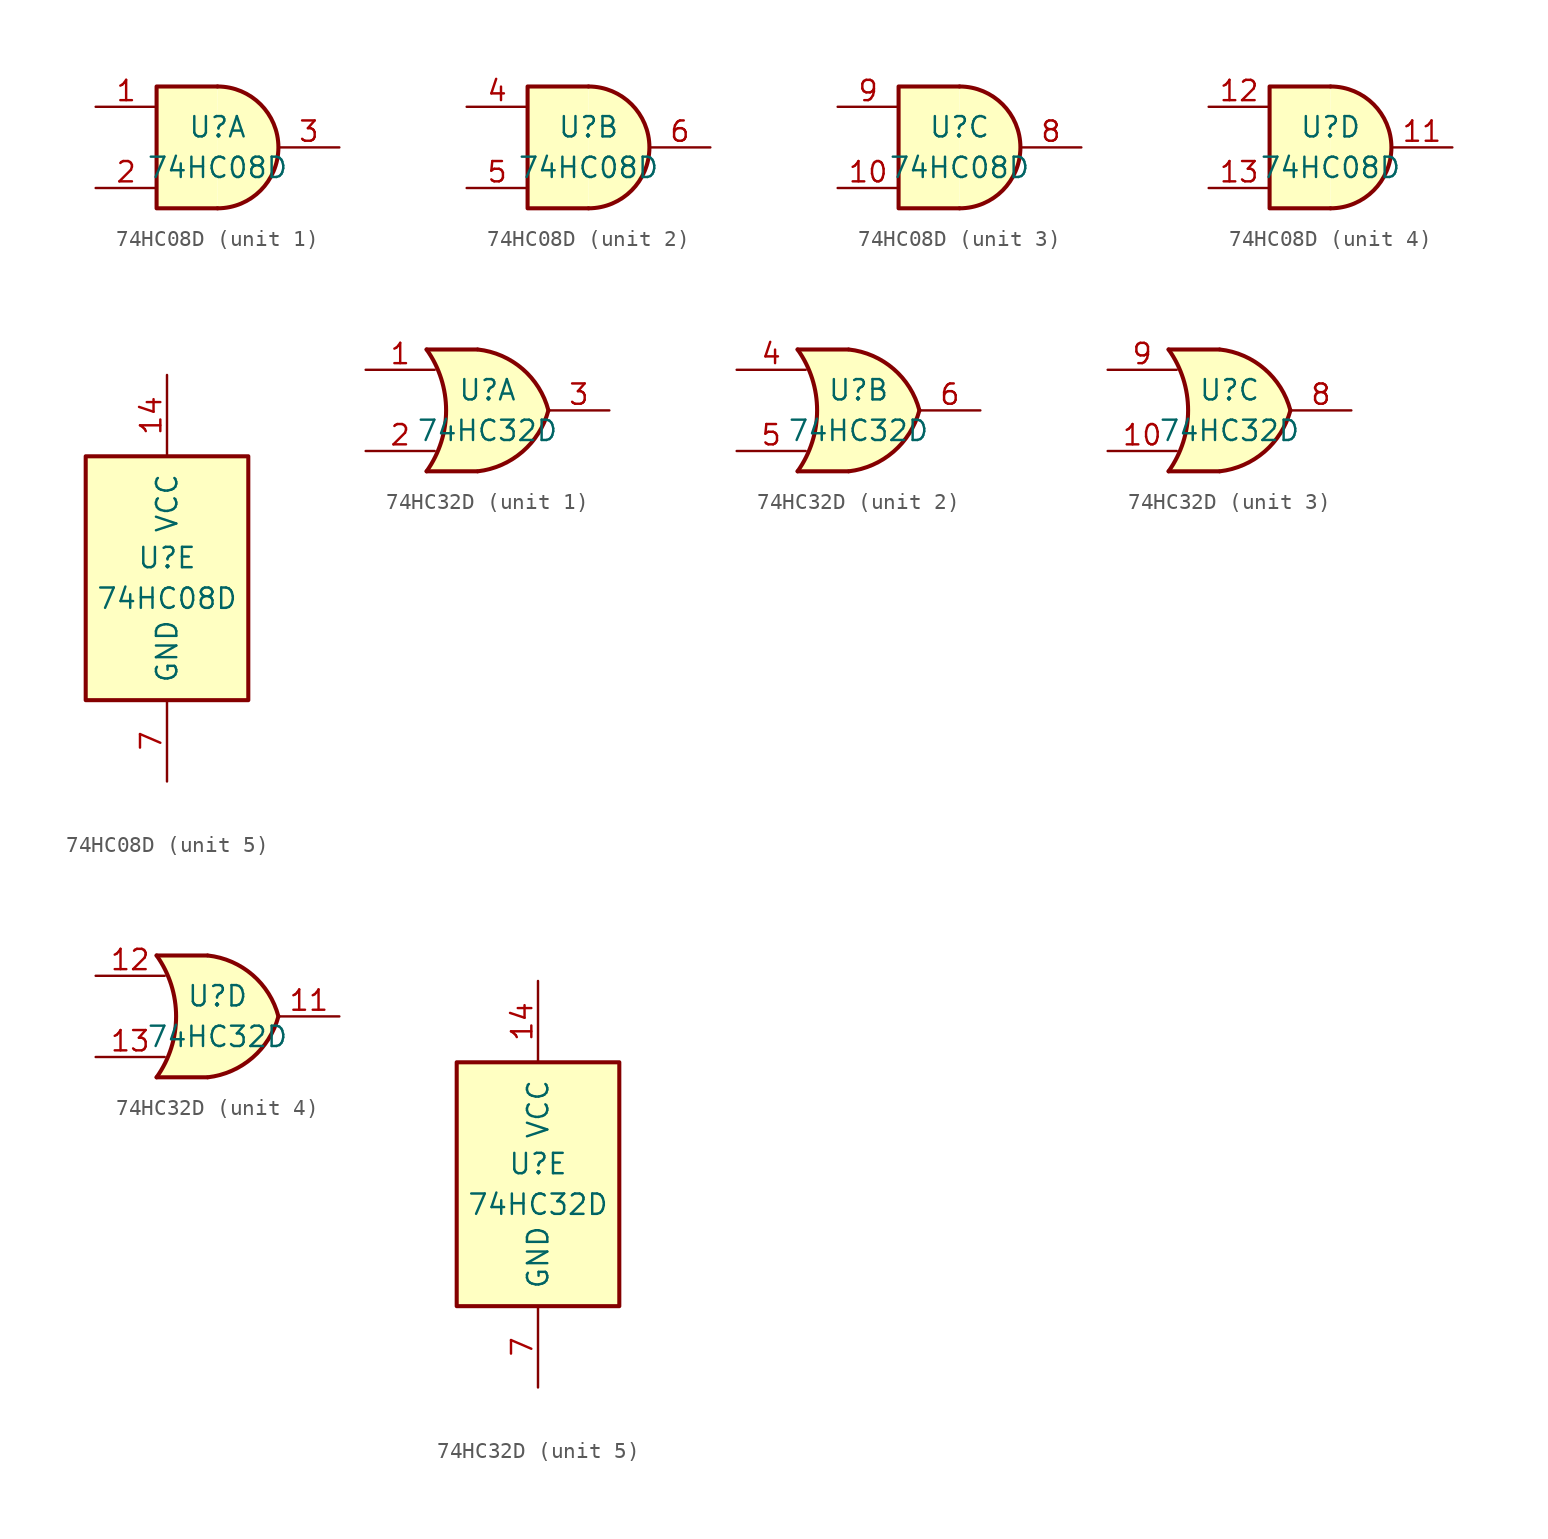
<source format=kicad_sym>
(kicad_symbol_lib
  (version 20211014)
  (generator kicad_symbol_editor)
  (symbol "74HC08D"
    (pin_names
      (offset 1.016))
    (property "Reference" "U"
      (at 0 1.27 0)
      (effects (font (size 1.27 1.27))))
    (property "Value" "74HC08D"
      (at 0 -1.27 0)
      (effects (font (size 1.27 1.27))))
    (property "ki_locked" ""
      (at 0 0 0)
      (effects (font (size 1.27 1.27))))
    (symbol "74HC08D_1_1"
      (arc (start 0 -3.81) (mid 3.81 0) (end 0 3.81) (stroke (width 0.254) (type default) (color 0 0 0 0)) (fill (type background)))
      (polyline (pts (xy 0 3.81) (xy -3.81 3.81) (xy -3.81 -3.81) (xy 0 -3.81)) (stroke (width 0.254) (type default) (color 0 0 0 0)) (fill (type background)))
      (pin input line (at -7.62 2.54 0) (length 3.81) (name "~" (effects (font (size 1.27 1.27)))) (number "1" (effects (font (size 1.27 1.27)))))
      (pin input line (at -7.62 -2.54 0) (length 3.81) (name "~" (effects (font (size 1.27 1.27)))) (number "2" (effects (font (size 1.27 1.27)))))
      (pin output line (at 7.62 0 180) (length 3.81) (name "~" (effects (font (size 1.27 1.27)))) (number "3" (effects (font (size 1.27 1.27))))))
    (symbol "74HC08D_2_1"
      (arc (start 0 -3.81) (mid 3.81 0) (end 0 3.81) (stroke (width 0.254) (type default) (color 0 0 0 0)) (fill (type background)))
      (polyline (pts (xy 0 3.81) (xy -3.81 3.81) (xy -3.81 -3.81) (xy 0 -3.81)) (stroke (width 0.254) (type default) (color 0 0 0 0)) (fill (type background)))
      (pin input line (at -7.62 2.54 0) (length 3.81) (name "~" (effects (font (size 1.27 1.27)))) (number "4" (effects (font (size 1.27 1.27)))))
      (pin input line (at -7.62 -2.54 0) (length 3.81) (name "~" (effects (font (size 1.27 1.27)))) (number "5" (effects (font (size 1.27 1.27)))))
      (pin output line (at 7.62 0 180) (length 3.81) (name "~" (effects (font (size 1.27 1.27)))) (number "6" (effects (font (size 1.27 1.27))))))
    (symbol "74HC08D_3_1"
      (arc (start 0 -3.81) (mid 3.81 0) (end 0 3.81) (stroke (width 0.254) (type default) (color 0 0 0 0)) (fill (type background)))
      (polyline (pts (xy 0 3.81) (xy -3.81 3.81) (xy -3.81 -3.81) (xy 0 -3.81)) (stroke (width 0.254) (type default) (color 0 0 0 0)) (fill (type background)))
      (pin input line (at -7.62 -2.54 0) (length 3.81) (name "~" (effects (font (size 1.27 1.27)))) (number "10" (effects (font (size 1.27 1.27)))))
      (pin output line (at 7.62 0 180) (length 3.81) (name "~" (effects (font (size 1.27 1.27)))) (number "8" (effects (font (size 1.27 1.27)))))
      (pin input line (at -7.62 2.54 0) (length 3.81) (name "~" (effects (font (size 1.27 1.27)))) (number "9" (effects (font (size 1.27 1.27))))))
    (symbol "74HC08D_4_1"
      (arc (start 0 -3.81) (mid 3.81 0) (end 0 3.81) (stroke (width 0.254) (type default) (color 0 0 0 0)) (fill (type background)))
      (polyline (pts (xy 0 3.81) (xy -3.81 3.81) (xy -3.81 -3.81) (xy 0 -3.81)) (stroke (width 0.254) (type default) (color 0 0 0 0)) (fill (type background)))
      (pin output line (at 7.62 0 180) (length 3.81) (name "~" (effects (font (size 1.27 1.27)))) (number "11" (effects (font (size 1.27 1.27)))))
      (pin input line (at -7.62 2.54 0) (length 3.81) (name "~" (effects (font (size 1.27 1.27)))) (number "12" (effects (font (size 1.27 1.27)))))
      (pin input line (at -7.62 -2.54 0) (length 3.81) (name "~" (effects (font (size 1.27 1.27)))) (number "13" (effects (font (size 1.27 1.27))))))
    (symbol "74HC08D_5_0"
      (pin power_in line (at 0 12.7 270) (length 5.08) (name "VCC" (effects (font (size 1.27 1.27)))) (number "14" (effects (font (size 1.27 1.27)))))
      (pin power_in line (at 0 -12.7 90) (length 5.08) (name "GND" (effects (font (size 1.27 1.27)))) (number "7" (effects (font (size 1.27 1.27))))))
    (symbol "74HC08D_5_1"
      (rectangle (start -5.08 7.62) (end 5.08 -7.62) (stroke (width 0.254) (type default) (color 0 0 0 0)) (fill (type background)))))
  (symbol "74HC32D"
    (pin_names
      (offset 1.016))
    (property "Reference" "U"
      (at 0 1.27 0)
      (effects (font (size 1.27 1.27))))
    (property "Value" "74HC32D"
      (at 0 -1.27 0)
      (effects (font (size 1.27 1.27))))
    (property "ki_locked" ""
      (at 0 0 0)
      (effects (font (size 1.27 1.27))))
    (symbol "74HC32D_1_1"
      (arc (start -3.81 -3.81) (mid -2.589 0) (end -3.81 3.81) (stroke (width 0.254) (type default) (color 0 0 0 0)) (fill (type none)))
      (arc (start -0.6096 -3.81) (mid 2.1855 -2.584) (end 3.81 0) (stroke (width 0.254) (type default) (color 0 0 0 0)) (fill (type background)))
      (polyline (pts (xy -3.81 -3.81) (xy -0.635 -3.81)) (stroke (width 0.254) (type default) (color 0 0 0 0)) (fill (type background)))
      (polyline (pts (xy -3.81 3.81) (xy -0.635 3.81)) (stroke (width 0.254) (type default) (color 0 0 0 0)) (fill (type background)))
      (polyline (pts (xy -0.635 3.81) (xy -3.81 3.81) (xy -3.81 3.81) (xy -3.556 3.404) (xy -3.023 2.261) (xy -2.692 1.041) (xy -2.616 -0.254) (xy -2.769 -1.499) (xy -3.175 -2.718) (xy -3.81 -3.81) (xy -3.81 -3.81) (xy -0.635 -3.81)) (stroke (width -25.4) (type default) (color 0 0 0 0)) (fill (type background)))
      (arc (start 3.81 0) (mid 2.1928 2.5925) (end -0.6096 3.81) (stroke (width 0.254) (type default) (color 0 0 0 0)) (fill (type background)))
      (pin input line (at -7.62 2.54 0) (length 4.318) (name "~" (effects (font (size 1.27 1.27)))) (number "1" (effects (font (size 1.27 1.27)))))
      (pin input line (at -7.62 -2.54 0) (length 4.318) (name "~" (effects (font (size 1.27 1.27)))) (number "2" (effects (font (size 1.27 1.27)))))
      (pin output line (at 7.62 0 180) (length 3.81) (name "~" (effects (font (size 1.27 1.27)))) (number "3" (effects (font (size 1.27 1.27))))))
    (symbol "74HC32D_2_1"
      (arc (start -3.81 -3.81) (mid -2.589 0) (end -3.81 3.81) (stroke (width 0.254) (type default) (color 0 0 0 0)) (fill (type none)))
      (arc (start -0.6096 -3.81) (mid 2.1855 -2.584) (end 3.81 0) (stroke (width 0.254) (type default) (color 0 0 0 0)) (fill (type background)))
      (polyline (pts (xy -3.81 -3.81) (xy -0.635 -3.81)) (stroke (width 0.254) (type default) (color 0 0 0 0)) (fill (type background)))
      (polyline (pts (xy -3.81 3.81) (xy -0.635 3.81)) (stroke (width 0.254) (type default) (color 0 0 0 0)) (fill (type background)))
      (polyline (pts (xy -0.635 3.81) (xy -3.81 3.81) (xy -3.81 3.81) (xy -3.556 3.404) (xy -3.023 2.261) (xy -2.692 1.041) (xy -2.616 -0.254) (xy -2.769 -1.499) (xy -3.175 -2.718) (xy -3.81 -3.81) (xy -3.81 -3.81) (xy -0.635 -3.81)) (stroke (width -25.4) (type default) (color 0 0 0 0)) (fill (type background)))
      (arc (start 3.81 0) (mid 2.1928 2.5925) (end -0.6096 3.81) (stroke (width 0.254) (type default) (color 0 0 0 0)) (fill (type background)))
      (pin input line (at -7.62 2.54 0) (length 4.318) (name "~" (effects (font (size 1.27 1.27)))) (number "4" (effects (font (size 1.27 1.27)))))
      (pin input line (at -7.62 -2.54 0) (length 4.318) (name "~" (effects (font (size 1.27 1.27)))) (number "5" (effects (font (size 1.27 1.27)))))
      (pin output line (at 7.62 0 180) (length 3.81) (name "~" (effects (font (size 1.27 1.27)))) (number "6" (effects (font (size 1.27 1.27))))))
    (symbol "74HC32D_3_1"
      (arc (start -3.81 -3.81) (mid -2.589 0) (end -3.81 3.81) (stroke (width 0.254) (type default) (color 0 0 0 0)) (fill (type none)))
      (arc (start -0.6096 -3.81) (mid 2.1855 -2.584) (end 3.81 0) (stroke (width 0.254) (type default) (color 0 0 0 0)) (fill (type background)))
      (polyline (pts (xy -3.81 -3.81) (xy -0.635 -3.81)) (stroke (width 0.254) (type default) (color 0 0 0 0)) (fill (type background)))
      (polyline (pts (xy -3.81 3.81) (xy -0.635 3.81)) (stroke (width 0.254) (type default) (color 0 0 0 0)) (fill (type background)))
      (polyline (pts (xy -0.635 3.81) (xy -3.81 3.81) (xy -3.81 3.81) (xy -3.556 3.404) (xy -3.023 2.261) (xy -2.692 1.041) (xy -2.616 -0.254) (xy -2.769 -1.499) (xy -3.175 -2.718) (xy -3.81 -3.81) (xy -3.81 -3.81) (xy -0.635 -3.81)) (stroke (width -25.4) (type default) (color 0 0 0 0)) (fill (type background)))
      (arc (start 3.81 0) (mid 2.1928 2.5925) (end -0.6096 3.81) (stroke (width 0.254) (type default) (color 0 0 0 0)) (fill (type background)))
      (pin input line (at -7.62 -2.54 0) (length 4.318) (name "~" (effects (font (size 1.27 1.27)))) (number "10" (effects (font (size 1.27 1.27)))))
      (pin output line (at 7.62 0 180) (length 3.81) (name "~" (effects (font (size 1.27 1.27)))) (number "8" (effects (font (size 1.27 1.27)))))
      (pin input line (at -7.62 2.54 0) (length 4.318) (name "~" (effects (font (size 1.27 1.27)))) (number "9" (effects (font (size 1.27 1.27))))))
    (symbol "74HC32D_4_1"
      (arc (start -3.81 -3.81) (mid -2.589 0) (end -3.81 3.81) (stroke (width 0.254) (type default) (color 0 0 0 0)) (fill (type none)))
      (arc (start -0.6096 -3.81) (mid 2.1855 -2.584) (end 3.81 0) (stroke (width 0.254) (type default) (color 0 0 0 0)) (fill (type background)))
      (polyline (pts (xy -3.81 -3.81) (xy -0.635 -3.81)) (stroke (width 0.254) (type default) (color 0 0 0 0)) (fill (type background)))
      (polyline (pts (xy -3.81 3.81) (xy -0.635 3.81)) (stroke (width 0.254) (type default) (color 0 0 0 0)) (fill (type background)))
      (polyline (pts (xy -0.635 3.81) (xy -3.81 3.81) (xy -3.81 3.81) (xy -3.556 3.404) (xy -3.023 2.261) (xy -2.692 1.041) (xy -2.616 -0.254) (xy -2.769 -1.499) (xy -3.175 -2.718) (xy -3.81 -3.81) (xy -3.81 -3.81) (xy -0.635 -3.81)) (stroke (width -25.4) (type default) (color 0 0 0 0)) (fill (type background)))
      (arc (start 3.81 0) (mid 2.1928 2.5925) (end -0.6096 3.81) (stroke (width 0.254) (type default) (color 0 0 0 0)) (fill (type background)))
      (pin output line (at 7.62 0 180) (length 3.81) (name "~" (effects (font (size 1.27 1.27)))) (number "11" (effects (font (size 1.27 1.27)))))
      (pin input line (at -7.62 2.54 0) (length 4.318) (name "~" (effects (font (size 1.27 1.27)))) (number "12" (effects (font (size 1.27 1.27)))))
      (pin input line (at -7.62 -2.54 0) (length 4.318) (name "~" (effects (font (size 1.27 1.27)))) (number "13" (effects (font (size 1.27 1.27))))))
    (symbol "74HC32D_5_0"
      (pin power_in line (at 0 12.7 270) (length 5.08) (name "VCC" (effects (font (size 1.27 1.27)))) (number "14" (effects (font (size 1.27 1.27)))))
      (pin power_in line (at 0 -12.7 90) (length 5.08) (name "GND" (effects (font (size 1.27 1.27)))) (number "7" (effects (font (size 1.27 1.27))))))
    (symbol "74HC32D_5_1"
      (rectangle (start -5.08 7.62) (end 5.08 -7.62) (stroke (width 0.254) (type default) (color 0 0 0 0)) (fill (type background))))))
</source>
